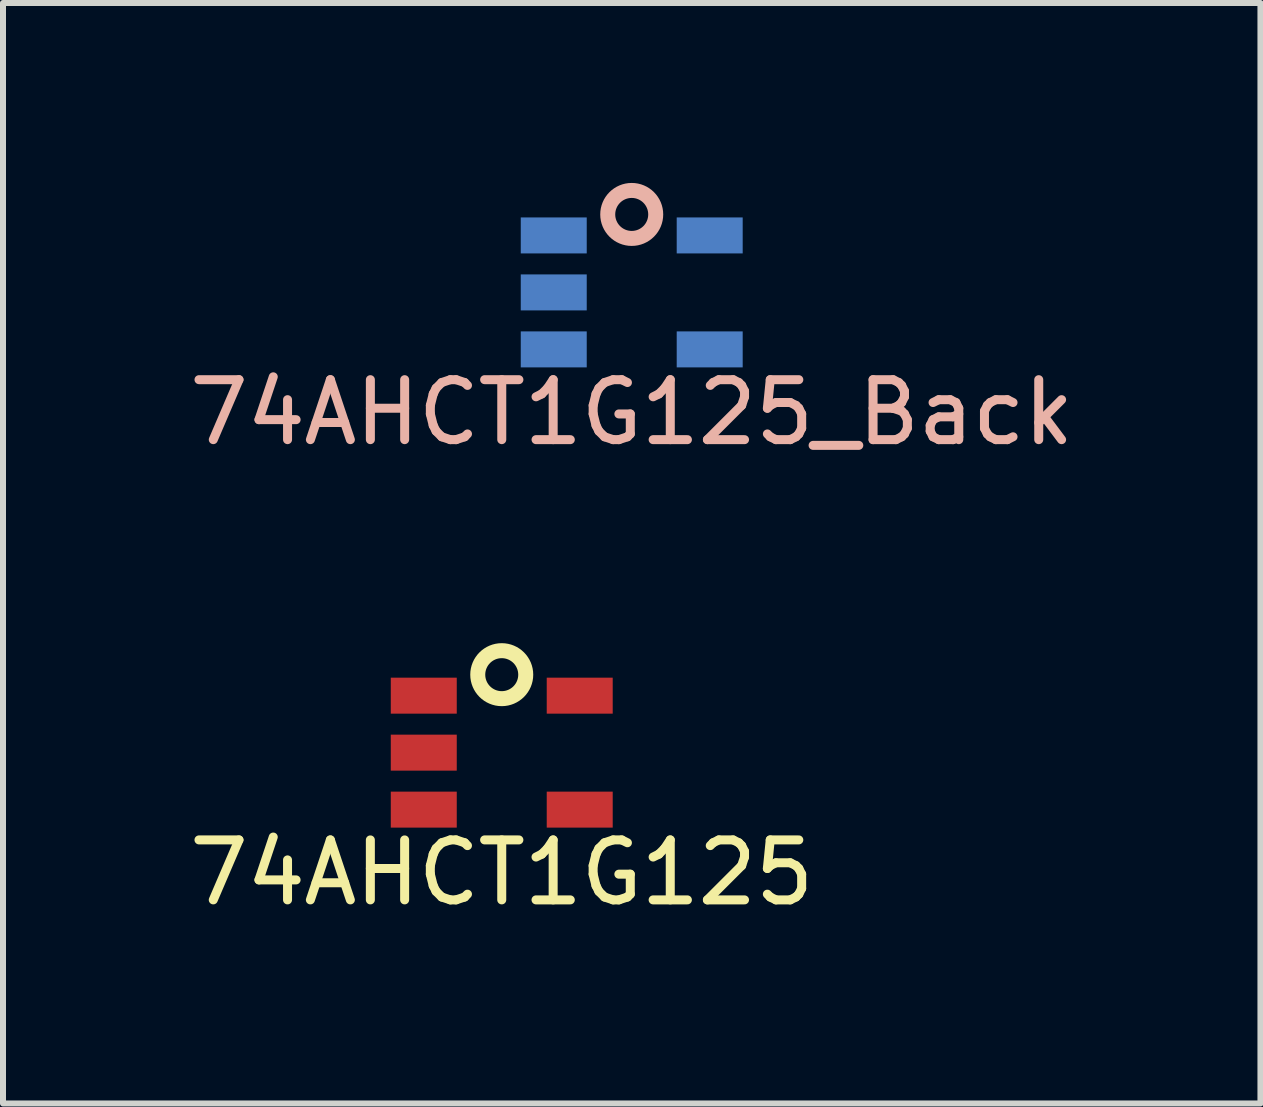
<source format=kicad_pcb>
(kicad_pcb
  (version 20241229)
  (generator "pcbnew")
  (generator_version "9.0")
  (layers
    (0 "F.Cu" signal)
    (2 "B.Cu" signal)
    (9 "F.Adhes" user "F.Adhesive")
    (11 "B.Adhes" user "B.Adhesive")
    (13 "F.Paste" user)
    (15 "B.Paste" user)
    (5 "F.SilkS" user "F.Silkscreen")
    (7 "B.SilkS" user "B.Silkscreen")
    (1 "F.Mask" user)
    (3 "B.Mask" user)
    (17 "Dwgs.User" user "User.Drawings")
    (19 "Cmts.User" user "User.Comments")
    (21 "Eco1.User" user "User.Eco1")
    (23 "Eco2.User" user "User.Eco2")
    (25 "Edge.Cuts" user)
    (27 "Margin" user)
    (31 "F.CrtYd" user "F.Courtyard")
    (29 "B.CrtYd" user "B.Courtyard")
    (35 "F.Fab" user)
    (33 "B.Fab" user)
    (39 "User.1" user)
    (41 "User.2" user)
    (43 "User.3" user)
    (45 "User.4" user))
  (footprint "74AHCT1G125_Back"
    (layer "F.Cu")
    (at 7.482 1.825)
    (property "Reference" "74AHCT1G125_Back" (at 0 2 0) (layer "B.SilkS") (effects (font (size 1 1) (thickness 0.15))))
    (attr through_hole)
    (fp_circle (center 0 -1.3) (end 0.4 -1.3) (stroke (width 0.25) (type solid)) (fill no) (layer "B.SilkS"))
    (pad "DIN" smd rect (at -1.3 0 180) (size 1.1 0.6) (layers "B.Cu" "B.Mask" "B.Paste"))
    (pad "DOUT" smd rect (at 1.3 0.95 180) (size 1.1 0.6) (layers "B.Cu" "B.Mask" "B.Paste"))
    (pad "GND" smd rect (at -1.3 -0.95 180) (size 1.1 0.6) (layers "B.Cu" "B.Mask" "B.Paste"))
    (pad "GND" smd rect (at -1.3 0.95 180) (size 1.1 0.6) (layers "B.Cu" "B.Mask" "B.Paste"))
    (pad "VCC" smd rect (at 1.3 -0.95 180) (size 1.1 0.6) (layers "B.Cu" "B.Mask" "B.Paste")))
  (footprint "74AHCT1G125"
    (layer "F.Cu")
    (at 5.315 9.498)
    (property "Reference" "74AHCT1G125" (at 0 2 0) (layer "F.SilkS") (effects (font (size 1 1) (thickness 0.15))))
    (attr through_hole)
    (fp_circle (center 0 -1.3) (end 0.4 -1.3) (stroke (width 0.25) (type solid)) (fill no) (layer "F.SilkS"))
    (pad "DIN" smd rect (at -1.3 0) (size 1.1 0.6) (layers "F.Cu" "F.Mask" "F.Paste"))
    (pad "DOUT" smd rect (at 1.3 0.95) (size 1.1 0.6) (layers "F.Cu" "F.Mask" "F.Paste"))
    (pad "GND" smd rect (at -1.3 -0.95) (size 1.1 0.6) (layers "F.Cu" "F.Mask" "F.Paste"))
    (pad "GND" smd rect (at -1.3 0.95) (size 1.1 0.6) (layers "F.Cu" "F.Mask" "F.Paste"))
    (pad "VCC" smd rect (at 1.3 -0.95) (size 1.1 0.6) (layers "F.Cu" "F.Mask" "F.Paste")))
  (gr_rect
    (start -3 -3)
    (end 17.964 15.347)
    (stroke (width 0.1) (type default))
    (fill no)
    (layer "Edge.Cuts")))
</source>
